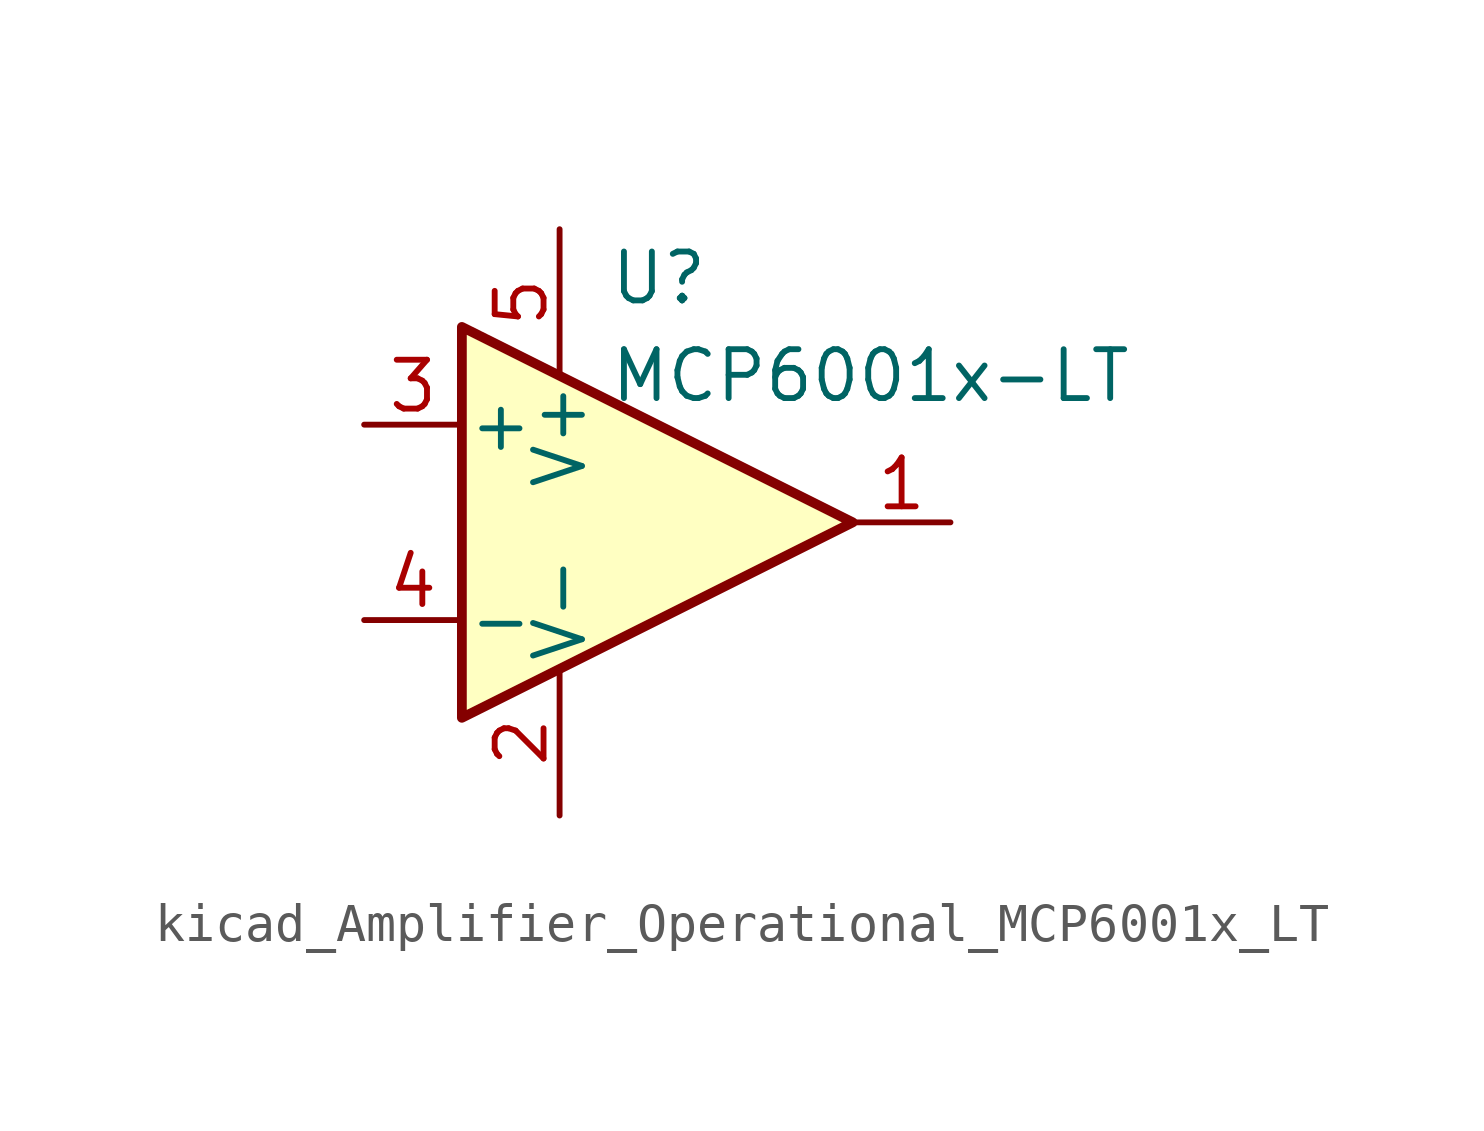
<source format=kicad_sym>
(kicad_symbol_lib
  (version 20220914)
  (generator kicad_symbol_editor)
  (symbol "kicad_Amplifier_Operational_MCP6001x_LT"
    (pin_names
      (offset 0.127))
    (property "Reference" "U"
      (at -1.27 6.35 0)
      (effects (font (size 1.27 1.27)) (justify left)))
    (property "Value" "MCP6001x-LT"
      (at -1.27 3.81 0)
      (effects (font (size 1.27 1.27)) (justify left)))
    (symbol "kicad_Amplifier_Operational_MCP6001x_LT_0_1"
      (polyline (pts (xy -5.08 5.08) (xy 5.08 0) (xy -5.08 -5.08) (xy -5.08 5.08)) (stroke (width 0.254) (type default)) (fill (type background)))
      (pin power_in line (at -2.54 -7.62 90) (length 3.81) (name "V-" (effects (font (size 1.27 1.27)))) (number "2" (effects (font (size 1.27 1.27)))))
      (pin power_in line (at -2.54 7.62 270) (length 3.81) (name "V+" (effects (font (size 1.27 1.27)))) (number "5" (effects (font (size 1.27 1.27))))))
    (symbol "kicad_Amplifier_Operational_MCP6001x_LT_1_1"
      (pin output line (at 7.62 0 180) (length 2.54) (name "~" (effects (font (size 1.27 1.27)))) (number "1" (effects (font (size 1.27 1.27)))))
      (pin input line (at -7.62 2.54 0) (length 2.54) (name "+" (effects (font (size 1.27 1.27)))) (number "3" (effects (font (size 1.27 1.27)))))
      (pin input line (at -7.62 -2.54 0) (length 2.54) (name "-" (effects (font (size 1.27 1.27)))) (number "4" (effects (font (size 1.27 1.27))))))))
</source>
